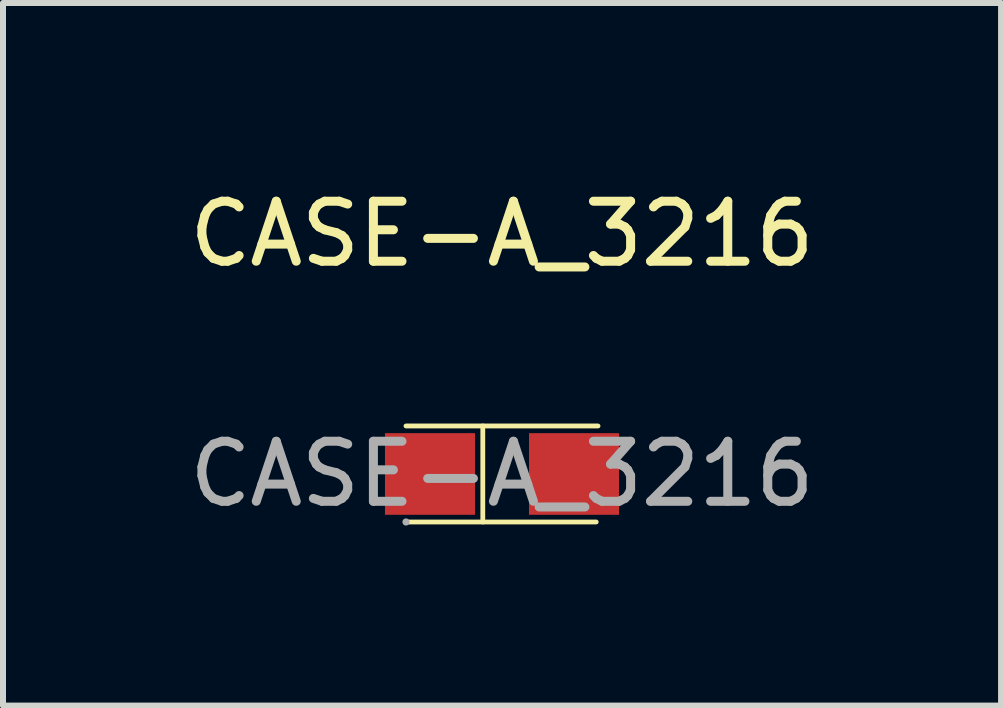
<source format=kicad_pcb>
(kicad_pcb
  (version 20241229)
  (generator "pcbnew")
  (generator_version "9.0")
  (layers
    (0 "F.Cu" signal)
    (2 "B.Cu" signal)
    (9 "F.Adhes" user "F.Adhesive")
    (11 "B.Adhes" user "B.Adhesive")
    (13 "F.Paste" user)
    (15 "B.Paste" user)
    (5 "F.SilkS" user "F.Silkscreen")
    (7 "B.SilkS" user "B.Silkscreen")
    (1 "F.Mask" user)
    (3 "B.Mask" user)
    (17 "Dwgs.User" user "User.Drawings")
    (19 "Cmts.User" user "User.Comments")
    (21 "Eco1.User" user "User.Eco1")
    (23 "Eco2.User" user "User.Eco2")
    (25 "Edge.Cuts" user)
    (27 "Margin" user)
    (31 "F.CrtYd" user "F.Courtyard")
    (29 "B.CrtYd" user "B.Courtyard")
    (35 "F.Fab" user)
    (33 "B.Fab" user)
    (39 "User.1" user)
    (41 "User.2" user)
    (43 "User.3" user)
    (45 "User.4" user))
  (footprint "CASE-A_3216"
    (layer "F.Cu")
    (at 5.315 4.848)
    (property "Reference" "CASE-A_3216" (at 0 -4 0) (layer "F.SilkS") (effects (font (size 1 1) (thickness 0.15))))
    (attr smd)
    (fp_line (start -1.6 -0.8) (end 1.6 -0.8) (stroke (width 0.08) (type solid)) (layer "F.SilkS"))
    (fp_line (start -1.58 0.8) (end 1.57 0.8) (stroke (width 0.08) (type solid)) (layer "F.SilkS"))
    (fp_line (start -0.32 0.8) (end -0.32 -0.8) (stroke (width 0.08) (type solid)) (layer "F.SilkS"))
    (fp_circle (center -1.6 0.8) (end -1.57 0.8) (stroke (width 0.06) (type solid)) (fill no) (layer "F.Fab"))
    (fp_text user "${REFERENCE}" (at 0 0 0) (layer "F.Fab") (effects (font (size 1 1) (thickness 0.15))))
    (pad "1" smd rect (at -1.2 0) (size 1.5 1.36) (layers "F.Cu" "F.Mask" "F.Paste"))
    (pad "2" smd rect (at 1.2 0) (size 1.5 1.36) (layers "F.Cu" "F.Mask" "F.Paste")))
  (gr_rect
    (start -3 -3)
    (end 13.631 8.708)
    (stroke (width 0.1) (type default))
    (fill no)
    (layer "Edge.Cuts")))
</source>
